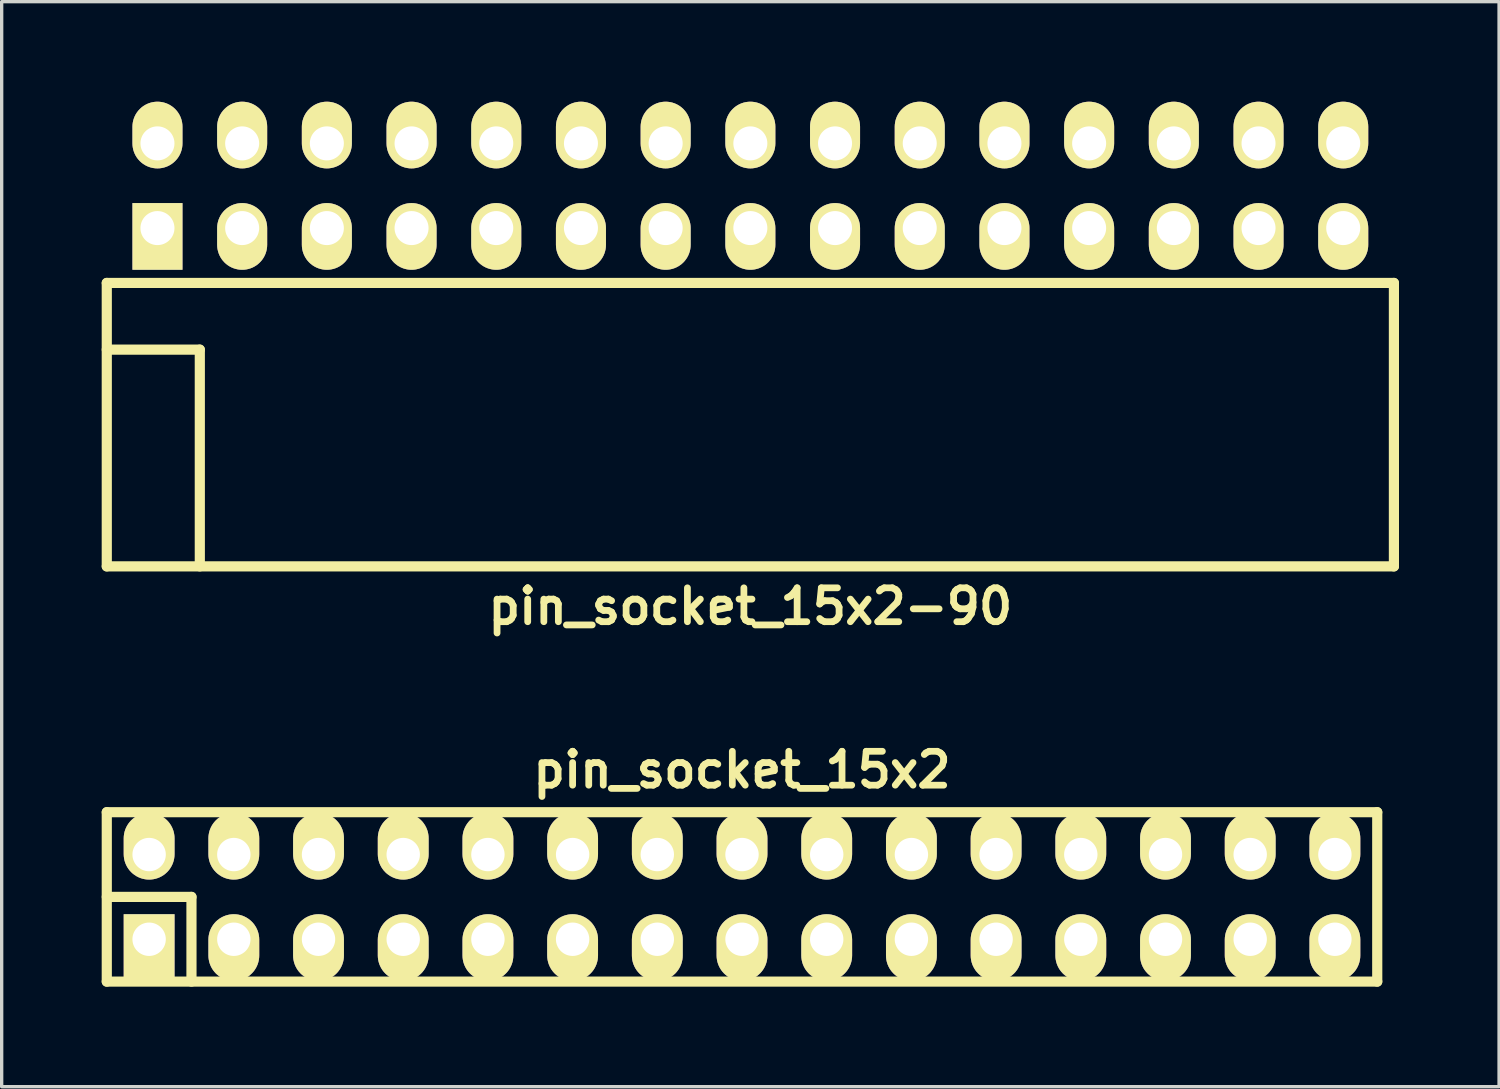
<source format=kicad_pcb>
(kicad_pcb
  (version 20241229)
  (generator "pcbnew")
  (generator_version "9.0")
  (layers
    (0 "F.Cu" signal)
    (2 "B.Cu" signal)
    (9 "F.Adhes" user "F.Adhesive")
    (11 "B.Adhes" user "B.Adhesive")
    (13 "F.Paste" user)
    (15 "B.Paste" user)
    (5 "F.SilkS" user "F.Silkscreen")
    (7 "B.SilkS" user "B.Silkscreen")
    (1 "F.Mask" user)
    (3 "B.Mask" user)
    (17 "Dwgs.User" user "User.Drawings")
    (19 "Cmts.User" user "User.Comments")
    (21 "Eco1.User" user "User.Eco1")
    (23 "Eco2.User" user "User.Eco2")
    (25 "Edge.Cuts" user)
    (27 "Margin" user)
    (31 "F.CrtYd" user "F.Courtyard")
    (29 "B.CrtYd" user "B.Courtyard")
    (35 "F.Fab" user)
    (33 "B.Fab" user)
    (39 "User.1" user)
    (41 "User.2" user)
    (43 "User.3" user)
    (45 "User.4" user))
  (footprint "pin_socket_15x2-90"
    (layer "F.Cu")
    (at 19.452 7.435)
    (property "Reference" "pin_socket_15x2-90" (at 0 7.7 0) (layer "F.SilkS") (effects (font (size 1.016 1.016) (thickness 0.203))))
    (attr through_hole)
    (fp_line (start -19.3 -2) (end -19.3 6.5) (stroke (width 0.305) (type solid)) (layer "F.SilkS"))
    (fp_line (start -19.3 -2) (end 19.3 -2) (stroke (width 0.305) (type solid)) (layer "F.SilkS"))
    (fp_line (start -19.3 0) (end -16.51 0) (stroke (width 0.305) (type solid)) (layer "F.SilkS"))
    (fp_line (start -19.3 6.5) (end 19.3 6.5) (stroke (width 0.305) (type solid)) (layer "F.SilkS"))
    (fp_line (start -16.51 0) (end -16.51 6.5) (stroke (width 0.305) (type solid)) (layer "F.SilkS"))
    (fp_line (start 19.3 -2) (end 19.3 6.5) (stroke (width 0.305) (type solid)) (layer "F.SilkS"))
    (pad "1" thru_hole rect (at -17.78 -3.645) (size 1.5 2) (drill 1.02 (offset 0 0.25)) (layers "*.Cu" "*.Mask" "F.SilkS"))
    (pad "2" thru_hole oval (at -17.78 -6.185) (size 1.5 2) (drill 1.02 (offset 0 -0.25)) (layers "*.Cu" "*.Mask" "F.SilkS"))
    (pad "3" thru_hole oval (at -15.24 -3.645) (size 1.5 2) (drill 1.02 (offset 0 0.25)) (layers "*.Cu" "*.Mask" "F.SilkS"))
    (pad "4" thru_hole oval (at -15.24 -6.185) (size 1.5 2) (drill 1.02 (offset 0 -0.25)) (layers "*.Cu" "*.Mask" "F.SilkS"))
    (pad "5" thru_hole oval (at -12.7 -3.645) (size 1.5 2) (drill 1.02 (offset 0 0.25)) (layers "*.Cu" "*.Mask" "F.SilkS"))
    (pad "6" thru_hole oval (at -12.7 -6.185) (size 1.5 2) (drill 1.02 (offset 0 -0.25)) (layers "*.Cu" "*.Mask" "F.SilkS"))
    (pad "7" thru_hole oval (at -10.16 -3.645) (size 1.5 2) (drill 1.02 (offset 0 0.25)) (layers "*.Cu" "*.Mask" "F.SilkS"))
    (pad "8" thru_hole oval (at -10.16 -6.185) (size 1.5 2) (drill 1.02 (offset 0 -0.25)) (layers "*.Cu" "*.Mask" "F.SilkS"))
    (pad "9" thru_hole oval (at -7.62 -3.645) (size 1.5 2) (drill 1.02 (offset 0 0.25)) (layers "*.Cu" "*.Mask" "F.SilkS"))
    (pad "10" thru_hole oval (at -7.62 -6.185) (size 1.5 2) (drill 1.02 (offset 0 -0.25)) (layers "*.Cu" "*.Mask" "F.SilkS"))
    (pad "11" thru_hole oval (at -5.08 -3.645) (size 1.5 2) (drill 1.02 (offset 0 0.25)) (layers "*.Cu" "*.Mask" "F.SilkS"))
    (pad "12" thru_hole oval (at -5.08 -6.185) (size 1.5 2) (drill 1.02 (offset 0 -0.25)) (layers "*.Cu" "*.Mask" "F.SilkS"))
    (pad "13" thru_hole oval (at -2.54 -3.645) (size 1.5 2) (drill 1.02 (offset 0 0.25)) (layers "*.Cu" "*.Mask" "F.SilkS"))
    (pad "14" thru_hole oval (at -2.54 -6.185) (size 1.5 2) (drill 1.02 (offset 0 -0.25)) (layers "*.Cu" "*.Mask" "F.SilkS"))
    (pad "15" thru_hole oval (at 0 -3.645) (size 1.5 2) (drill 1.02 (offset 0 0.25)) (layers "*.Cu" "*.Mask" "F.SilkS"))
    (pad "16" thru_hole oval (at 0 -6.185) (size 1.5 2) (drill 1.02 (offset 0 -0.25)) (layers "*.Cu" "*.Mask" "F.SilkS"))
    (pad "17" thru_hole oval (at 2.54 -3.645) (size 1.5 2) (drill 1.02 (offset 0 0.25)) (layers "*.Cu" "*.Mask" "F.SilkS"))
    (pad "18" thru_hole oval (at 2.54 -6.185) (size 1.5 2) (drill 1.02 (offset 0 -0.25)) (layers "*.Cu" "*.Mask" "F.SilkS"))
    (pad "19" thru_hole oval (at 5.08 -3.645) (size 1.5 2) (drill 1.02 (offset 0 0.25)) (layers "*.Cu" "*.Mask" "F.SilkS"))
    (pad "20" thru_hole oval (at 5.08 -6.185) (size 1.5 2) (drill 1.02 (offset 0 -0.25)) (layers "*.Cu" "*.Mask" "F.SilkS"))
    (pad "21" thru_hole oval (at 7.62 -3.645) (size 1.5 2) (drill 1.02 (offset 0 0.25)) (layers "*.Cu" "*.Mask" "F.SilkS"))
    (pad "22" thru_hole oval (at 7.62 -6.185) (size 1.5 2) (drill 1.02 (offset 0 -0.25)) (layers "*.Cu" "*.Mask" "F.SilkS"))
    (pad "23" thru_hole oval (at 10.16 -3.645) (size 1.5 2) (drill 1.02 (offset 0 0.25)) (layers "*.Cu" "*.Mask" "F.SilkS"))
    (pad "24" thru_hole oval (at 10.16 -6.185) (size 1.5 2) (drill 1.02 (offset 0 -0.25)) (layers "*.Cu" "*.Mask" "F.SilkS"))
    (pad "25" thru_hole oval (at 12.7 -3.645) (size 1.5 2) (drill 1.02 (offset 0 0.25)) (layers "*.Cu" "*.Mask" "F.SilkS"))
    (pad "26" thru_hole oval (at 12.7 -6.185) (size 1.5 2) (drill 1.02 (offset 0 -0.25)) (layers "*.Cu" "*.Mask" "F.SilkS"))
    (pad "27" thru_hole oval (at 15.24 -3.645) (size 1.5 2) (drill 1.02 (offset 0 0.25)) (layers "*.Cu" "*.Mask" "F.SilkS"))
    (pad "28" thru_hole oval (at 15.24 -6.185) (size 1.5 2) (drill 1.02 (offset 0 -0.25)) (layers "*.Cu" "*.Mask" "F.SilkS"))
    (pad "29" thru_hole oval (at 17.78 -3.645) (size 1.5 2) (drill 1.02 (offset 0 0.25)) (layers "*.Cu" "*.Mask" "F.SilkS"))
    (pad "30" thru_hole oval (at 17.78 -6.185) (size 1.5 2) (drill 1.02 (offset 0 -0.25)) (layers "*.Cu" "*.Mask" "F.SilkS")))
  (footprint "pin_socket_15x2"
    (layer "F.Cu")
    (at 19.202 23.847)
    (property "Reference" "pin_socket_15x2" (at 0 -3.81 0) (layer "F.SilkS") (effects (font (size 1.016 1.016) (thickness 0.203))))
    (attr through_hole)
    (fp_line (start -19.05 -2.54) (end -19.05 2.54) (stroke (width 0.305) (type solid)) (layer "F.SilkS"))
    (fp_line (start -19.05 -2.54) (end 19.05 -2.54) (stroke (width 0.305) (type solid)) (layer "F.SilkS"))
    (fp_line (start -19.05 0) (end -16.51 0) (stroke (width 0.305) (type solid)) (layer "F.SilkS"))
    (fp_line (start -16.51 0) (end -16.51 2.54) (stroke (width 0.305) (type solid)) (layer "F.SilkS"))
    (fp_line (start 19.05 2.54) (end -19.05 2.54) (stroke (width 0.305) (type solid)) (layer "F.SilkS"))
    (fp_line (start 19.05 2.54) (end 19.05 -2.54) (stroke (width 0.305) (type solid)) (layer "F.SilkS"))
    (pad "1" thru_hole rect (at -17.78 1.27) (size 1.524 1.999) (drill 1.001 (offset 0 0.249)) (layers "*.Cu" "*.Mask" "F.SilkS"))
    (pad "2" thru_hole oval (at -17.78 -1.27) (size 1.524 1.999) (drill 1.001 (offset 0 -0.249)) (layers "*.Cu" "*.Mask" "F.SilkS"))
    (pad "3" thru_hole oval (at -15.24 1.27) (size 1.524 1.999) (drill 1.001 (offset 0 0.249)) (layers "*.Cu" "*.Mask" "F.SilkS"))
    (pad "4" thru_hole oval (at -15.24 -1.27) (size 1.524 1.999) (drill 1.001 (offset 0 -0.249)) (layers "*.Cu" "*.Mask" "F.SilkS"))
    (pad "5" thru_hole oval (at -12.7 1.27) (size 1.524 1.999) (drill 1.001 (offset 0 0.249)) (layers "*.Cu" "*.Mask" "F.SilkS"))
    (pad "6" thru_hole oval (at -12.7 -1.27) (size 1.524 1.999) (drill 1.001 (offset 0 -0.249)) (layers "*.Cu" "*.Mask" "F.SilkS"))
    (pad "7" thru_hole oval (at -10.16 1.27) (size 1.524 1.999) (drill 1.001 (offset 0 0.249)) (layers "*.Cu" "*.Mask" "F.SilkS"))
    (pad "8" thru_hole oval (at -10.16 -1.27) (size 1.524 1.999) (drill 1.001 (offset 0 -0.249)) (layers "*.Cu" "*.Mask" "F.SilkS"))
    (pad "9" thru_hole oval (at -7.62 1.27) (size 1.524 1.999) (drill 1.001 (offset 0 0.249)) (layers "*.Cu" "*.Mask" "F.SilkS"))
    (pad "10" thru_hole oval (at -7.62 -1.27) (size 1.524 1.999) (drill 1.001 (offset 0 -0.249)) (layers "*.Cu" "*.Mask" "F.SilkS"))
    (pad "11" thru_hole oval (at -5.08 1.27) (size 1.524 1.999) (drill 1.001 (offset 0 0.249)) (layers "*.Cu" "*.Mask" "F.SilkS"))
    (pad "12" thru_hole oval (at -5.08 -1.27) (size 1.524 1.999) (drill 1.001 (offset 0 -0.249)) (layers "*.Cu" "*.Mask" "F.SilkS"))
    (pad "13" thru_hole oval (at -2.54 1.27) (size 1.524 1.999) (drill 1.001 (offset 0 0.249)) (layers "*.Cu" "*.Mask" "F.SilkS"))
    (pad "14" thru_hole oval (at -2.54 -1.27) (size 1.524 1.999) (drill 1.001 (offset 0 -0.249)) (layers "*.Cu" "*.Mask" "F.SilkS"))
    (pad "15" thru_hole oval (at 0 1.27) (size 1.524 1.999) (drill 1.001 (offset 0 0.249)) (layers "*.Cu" "*.Mask" "F.SilkS"))
    (pad "16" thru_hole oval (at 0 -1.27) (size 1.524 1.999) (drill 1.001 (offset 0 -0.249)) (layers "*.Cu" "*.Mask" "F.SilkS"))
    (pad "17" thru_hole oval (at 2.54 1.27) (size 1.524 1.999) (drill 1.001 (offset 0 0.249)) (layers "*.Cu" "*.Mask" "F.SilkS"))
    (pad "18" thru_hole oval (at 2.54 -1.27) (size 1.524 1.999) (drill 1.001 (offset 0 -0.249)) (layers "*.Cu" "*.Mask" "F.SilkS"))
    (pad "19" thru_hole oval (at 5.08 1.27) (size 1.524 1.999) (drill 1.001 (offset 0 0.249)) (layers "*.Cu" "*.Mask" "F.SilkS"))
    (pad "20" thru_hole oval (at 5.08 -1.27) (size 1.524 1.999) (drill 1.001 (offset 0 -0.249)) (layers "*.Cu" "*.Mask" "F.SilkS"))
    (pad "21" thru_hole oval (at 7.62 1.27) (size 1.524 1.999) (drill 1.001 (offset 0 0.249)) (layers "*.Cu" "*.Mask" "F.SilkS"))
    (pad "22" thru_hole oval (at 7.62 -1.27) (size 1.524 1.999) (drill 1.001 (offset 0 -0.249)) (layers "*.Cu" "*.Mask" "F.SilkS"))
    (pad "23" thru_hole oval (at 10.16 1.27) (size 1.524 1.999) (drill 1.001 (offset 0 0.249)) (layers "*.Cu" "*.Mask" "F.SilkS"))
    (pad "24" thru_hole oval (at 10.16 -1.27) (size 1.524 1.999) (drill 1.001 (offset 0 -0.249)) (layers "*.Cu" "*.Mask" "F.SilkS"))
    (pad "25" thru_hole oval (at 12.7 1.27) (size 1.524 1.999) (drill 1.001 (offset 0 0.249)) (layers "*.Cu" "*.Mask" "F.SilkS"))
    (pad "26" thru_hole oval (at 12.7 -1.27) (size 1.524 1.999) (drill 1.001 (offset 0 -0.249)) (layers "*.Cu" "*.Mask" "F.SilkS"))
    (pad "27" thru_hole oval (at 15.24 1.27) (size 1.524 1.999) (drill 1.001 (offset 0 0.249)) (layers "*.Cu" "*.Mask" "F.SilkS"))
    (pad "28" thru_hole oval (at 15.24 -1.27) (size 1.524 1.999) (drill 1.001 (offset 0 -0.249)) (layers "*.Cu" "*.Mask" "F.SilkS"))
    (pad "29" thru_hole oval (at 17.78 1.27) (size 1.524 1.999) (drill 1.001 (offset 0 0.249)) (layers "*.Cu" "*.Mask" "F.SilkS"))
    (pad "30" thru_hole oval (at 17.78 -1.27) (size 1.524 1.999) (drill 1.001 (offset 0 -0.249)) (layers "*.Cu" "*.Mask" "F.SilkS")))
  (gr_rect
    (start -3 -3)
    (end 41.905 29.539)
    (stroke (width 0.1) (type default))
    (fill no)
    (layer "Edge.Cuts")))
</source>
